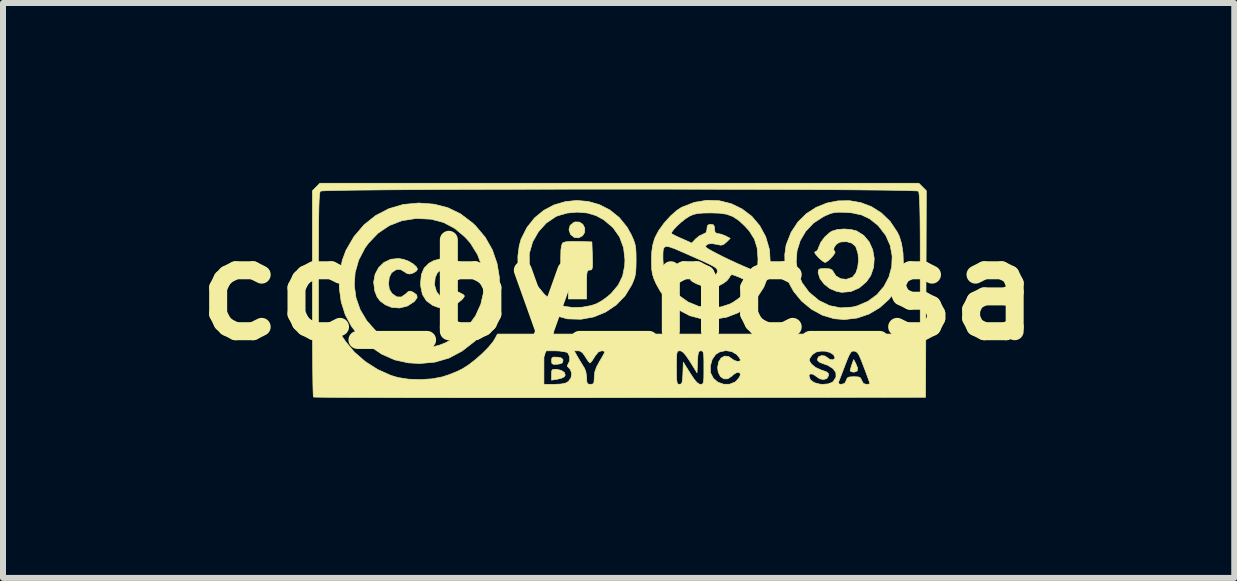
<source format=kicad_pcb>
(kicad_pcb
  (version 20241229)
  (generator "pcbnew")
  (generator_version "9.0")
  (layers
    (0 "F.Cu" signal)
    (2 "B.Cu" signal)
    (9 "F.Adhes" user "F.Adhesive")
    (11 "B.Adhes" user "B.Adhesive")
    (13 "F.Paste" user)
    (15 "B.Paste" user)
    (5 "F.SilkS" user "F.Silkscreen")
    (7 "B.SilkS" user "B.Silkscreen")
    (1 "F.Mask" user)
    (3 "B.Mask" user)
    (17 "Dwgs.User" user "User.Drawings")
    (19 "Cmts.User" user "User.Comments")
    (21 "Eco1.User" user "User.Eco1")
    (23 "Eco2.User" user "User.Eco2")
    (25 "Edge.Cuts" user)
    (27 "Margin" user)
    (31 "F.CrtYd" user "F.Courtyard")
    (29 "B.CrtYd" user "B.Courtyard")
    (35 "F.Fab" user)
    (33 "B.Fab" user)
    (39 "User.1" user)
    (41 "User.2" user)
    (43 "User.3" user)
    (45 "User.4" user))
  (footprint "cc_by_nc_sa"
    (layer "F.Cu")
    (at 7.264 1.783)
    (property "Reference" "cc_by_nc_sa" (at 0 0 0) (layer "F.SilkS") (effects (font (size 1.524 1.524) (thickness 0.3))))
    (attr through_hole)
    (fp_poly (pts (xy 3.952 1.222) (xy 3.985 1.302) (xy 3.978 1.352) (xy 3.931 1.371) (xy 3.924 1.372) (xy 3.877 1.364) (xy 3.861 1.35) (xy 3.869 1.313) (xy 3.887 1.252) (xy 3.89 1.245) (xy 3.919 1.162) (xy 3.952 1.222)) (stroke (width 0.01) (type solid)) (fill yes) (layer "F.SilkS"))
    (fp_poly (pts (xy -1.025 1.326) (xy -0.952 1.344) (xy -0.903 1.379) (xy -0.89 1.421) (xy -0.904 1.448) (xy -0.946 1.47) (xy -1.013 1.488) (xy -1.025 1.49) (xy -1.118 1.505) (xy -1.118 1.411) (xy -1.115 1.35) (xy -1.096 1.326) (xy -1.046 1.324) (xy -1.025 1.326)) (stroke (width 0.01) (type solid)) (fill yes) (layer "F.SilkS"))
    (fp_poly (pts (xy -0.651 -1.13) (xy -0.595 -1.091) (xy -0.564 -1.03) (xy -0.565 -0.961) (xy -0.599 -0.904) (xy -0.666 -0.867) (xy -0.739 -0.874) (xy -0.8 -0.923) (xy -0.803 -0.928) (xy -0.828 -1.004) (xy -0.808 -1.074) (xy -0.75 -1.123) (xy -0.724 -1.133) (xy -0.651 -1.13)) (stroke (width 0.01) (type solid)) (fill yes) (layer "F.SilkS"))
    (fp_poly (pts (xy -1.031 1.122) (xy -1.022 1.122) (xy -0.958 1.134) (xy -0.93 1.158) (xy -0.927 1.181) (xy -0.938 1.217) (xy -0.979 1.234) (xy -1.022 1.24) (xy -1.085 1.242) (xy -1.112 1.227) (xy -1.118 1.187) (xy -1.118 1.181) (xy -1.113 1.138) (xy -1.089 1.121) (xy -1.031 1.122)) (stroke (width 0.01) (type solid)) (fill yes) (layer "F.SilkS"))
    (fp_poly (pts (xy -0.669 -0.807) (xy -0.445 -0.8) (xy -0.437 -0.565) (xy -0.434 -0.455) (xy -0.436 -0.386) (xy -0.443 -0.349) (xy -0.458 -0.333) (xy -0.482 -0.33) (xy -0.506 -0.327) (xy -0.521 -0.31) (xy -0.529 -0.271) (xy -0.533 -0.2) (xy -0.533 -0.089) (xy -0.533 0.152) (xy -0.838 0.152) (xy -0.838 -0.089) (xy -0.839 -0.201) (xy -0.842 -0.271) (xy -0.85 -0.31) (xy -0.865 -0.326) (xy -0.891 -0.33) (xy -0.902 -0.33) (xy -0.933 -0.332) (xy -0.951 -0.345) (xy -0.961 -0.379) (xy -0.965 -0.444) (xy -0.965 -0.543) (xy -0.962 -0.665) (xy -0.951 -0.742) (xy -0.932 -0.783) (xy -0.93 -0.785) (xy -0.882 -0.801) (xy -0.789 -0.808) (xy -0.669 -0.807)) (stroke (width 0.01) (type solid)) (fill yes) (layer "F.SilkS"))
    (fp_poly (pts (xy -2.809 -0.514) (xy -2.686 -0.453) (xy -2.646 -0.42) (xy -2.554 -0.335) (xy -2.645 -0.291) (xy -2.707 -0.265) (xy -2.747 -0.263) (xy -2.791 -0.288) (xy -2.811 -0.303) (xy -2.892 -0.339) (xy -2.964 -0.331) (xy -3.022 -0.284) (xy -3.058 -0.205) (xy -3.068 -0.098) (xy -3.064 -0.064) (xy -3.034 0.034) (xy -2.979 0.098) (xy -2.909 0.123) (xy -2.832 0.105) (xy -2.783 0.068) (xy -2.738 0.029) (xy -2.7 0.024) (xy -2.651 0.046) (xy -2.59 0.078) (xy -2.57 0.102) (xy -2.587 0.133) (xy -2.618 0.168) (xy -2.733 0.258) (xy -2.861 0.301) (xy -2.996 0.297) (xy -3.098 0.26) (xy -3.204 0.183) (xy -3.271 0.076) (xy -3.3 -0.064) (xy -3.302 -0.112) (xy -3.288 -0.256) (xy -3.242 -0.364) (xy -3.16 -0.445) (xy -3.083 -0.487) (xy -2.942 -0.525) (xy -2.809 -0.514)) (stroke (width 0.01) (type solid)) (fill yes) (layer "F.SilkS"))
    (fp_poly (pts (xy -3.585 -0.509) (xy -3.498 -0.476) (xy -3.422 -0.43) (xy -3.369 -0.381) (xy -3.353 -0.344) (xy -3.374 -0.312) (xy -3.425 -0.281) (xy -3.427 -0.28) (xy -3.484 -0.264) (xy -3.531 -0.275) (xy -3.575 -0.304) (xy -3.635 -0.339) (xy -3.687 -0.341) (xy -3.715 -0.333) (xy -3.785 -0.286) (xy -3.824 -0.209) (xy -3.835 -0.102) (xy -3.823 -0.011) (xy -3.779 0.059) (xy -3.773 0.065) (xy -3.697 0.117) (xy -3.623 0.119) (xy -3.551 0.069) (xy -3.548 0.066) (xy -3.505 0.026) (xy -3.468 0.021) (xy -3.422 0.041) (xy -3.366 0.084) (xy -3.359 0.13) (xy -3.4 0.187) (xy -3.41 0.197) (xy -3.521 0.269) (xy -3.65 0.302) (xy -3.781 0.293) (xy -3.886 0.251) (xy -3.972 0.189) (xy -4.025 0.122) (xy -4.062 0.029) (xy -4.066 0.015) (xy -4.084 -0.129) (xy -4.06 -0.259) (xy -4.001 -0.371) (xy -3.912 -0.457) (xy -3.8 -0.51) (xy -3.671 -0.523) (xy -3.585 -0.509)) (stroke (width 0.01) (type solid)) (fill yes) (layer "F.SilkS"))
    (fp_poly (pts (xy 3.877 -1.006) (xy 3.97 -0.982) (xy 4.089 -0.906) (xy 4.179 -0.798) (xy 4.237 -0.668) (xy 4.262 -0.524) (xy 4.252 -0.378) (xy 4.204 -0.239) (xy 4.135 -0.138) (xy 4.013 -0.033) (xy 3.873 0.028) (xy 3.723 0.041) (xy 3.639 0.027) (xy 3.525 -0.02) (xy 3.429 -0.095) (xy 3.359 -0.186) (xy 3.328 -0.282) (xy 3.327 -0.298) (xy 3.333 -0.334) (xy 3.359 -0.351) (xy 3.42 -0.355) (xy 3.442 -0.356) (xy 3.521 -0.35) (xy 3.562 -0.33) (xy 3.573 -0.311) (xy 3.625 -0.232) (xy 3.705 -0.185) (xy 3.799 -0.176) (xy 3.891 -0.208) (xy 3.903 -0.215) (xy 3.954 -0.279) (xy 3.987 -0.375) (xy 4 -0.488) (xy 3.992 -0.602) (xy 3.961 -0.704) (xy 3.947 -0.729) (xy 3.89 -0.778) (xy 3.805 -0.803) (xy 3.713 -0.8) (xy 3.679 -0.791) (xy 3.629 -0.758) (xy 3.595 -0.711) (xy 3.585 -0.667) (xy 3.606 -0.64) (xy 3.606 -0.64) (xy 3.608 -0.619) (xy 3.582 -0.578) (xy 3.54 -0.529) (xy 3.494 -0.486) (xy 3.453 -0.46) (xy 3.442 -0.457) (xy 3.409 -0.474) (xy 3.357 -0.517) (xy 3.327 -0.546) (xy 3.278 -0.603) (xy 3.269 -0.631) (xy 3.281 -0.635) (xy 3.316 -0.658) (xy 3.336 -0.708) (xy 3.372 -0.794) (xy 3.439 -0.883) (xy 3.521 -0.956) (xy 3.558 -0.979) (xy 3.646 -1.006) (xy 3.76 -1.015) (xy 3.877 -1.006)) (stroke (width 0.01) (type solid)) (fill yes) (layer "F.SilkS"))
    (fp_poly (pts (xy 4.037 -1.455) (xy 4.217 -1.387) (xy 4.382 -1.282) (xy 4.527 -1.142) (xy 4.646 -0.964) (xy 4.678 -0.9) (xy 4.718 -0.772) (xy 4.742 -0.615) (xy 4.748 -0.45) (xy 4.735 -0.295) (xy 4.717 -0.212) (xy 4.633 -0.015) (xy 4.51 0.156) (xy 4.355 0.296) (xy 4.175 0.403) (xy 3.976 0.47) (xy 3.765 0.495) (xy 3.596 0.481) (xy 3.401 0.424) (xy 3.216 0.323) (xy 3.052 0.188) (xy 2.918 0.025) (xy 2.851 -0.096) (xy 2.802 -0.244) (xy 2.775 -0.415) (xy 2.773 -0.47) (xy 2.961 -0.47) (xy 2.988 -0.292) (xy 3.058 -0.121) (xy 3.172 0.035) (xy 3.183 0.046) (xy 3.342 0.178) (xy 3.517 0.263) (xy 3.703 0.3) (xy 3.896 0.287) (xy 3.978 0.267) (xy 4.159 0.19) (xy 4.309 0.079) (xy 4.426 -0.059) (xy 4.508 -0.217) (xy 4.554 -0.387) (xy 4.561 -0.564) (xy 4.529 -0.74) (xy 4.455 -0.907) (xy 4.338 -1.06) (xy 4.314 -1.084) (xy 4.186 -1.185) (xy 4.049 -1.25) (xy 3.889 -1.284) (xy 3.789 -1.292) (xy 3.68 -1.295) (xy 3.601 -1.29) (xy 3.533 -1.273) (xy 3.457 -1.241) (xy 3.415 -1.221) (xy 3.25 -1.114) (xy 3.121 -0.978) (xy 3.028 -0.82) (xy 2.975 -0.649) (xy 2.961 -0.47) (xy 2.773 -0.47) (xy 2.771 -0.589) (xy 2.792 -0.742) (xy 2.796 -0.755) (xy 2.876 -0.959) (xy 2.989 -1.131) (xy 3.13 -1.27) (xy 3.293 -1.375) (xy 3.471 -1.447) (xy 3.658 -1.484) (xy 3.849 -1.487) (xy 4.037 -1.455)) (stroke (width 0.01) (type solid)) (fill yes) (layer "F.SilkS"))
    (fp_poly (pts (xy -0.506 -1.474) (xy -0.32 -1.421) (xy -0.146 -1.332) (xy 0.011 -1.206) (xy 0.143 -1.043) (xy 0.211 -0.92) (xy 0.249 -0.836) (xy 0.273 -0.765) (xy 0.286 -0.692) (xy 0.291 -0.599) (xy 0.292 -0.495) (xy 0.29 -0.371) (xy 0.284 -0.281) (xy 0.269 -0.208) (xy 0.242 -0.136) (xy 0.219 -0.083) (xy 0.108 0.099) (xy -0.039 0.251) (xy -0.216 0.37) (xy -0.413 0.451) (xy -0.626 0.49) (xy -0.844 0.484) (xy -0.856 0.483) (xy -1.043 0.431) (xy -1.221 0.336) (xy -1.381 0.206) (xy -1.516 0.05) (xy -1.614 -0.126) (xy -1.653 -0.237) (xy -1.678 -0.391) (xy -1.679 -0.564) (xy -1.676 -0.587) (xy -1.49 -0.587) (xy -1.487 -0.406) (xy -1.44 -0.229) (xy -1.353 -0.065) (xy -1.234 0.079) (xy -1.088 0.193) (xy -0.922 0.269) (xy -0.902 0.275) (xy -0.764 0.294) (xy -0.607 0.289) (xy -0.454 0.261) (xy -0.367 0.231) (xy -0.278 0.181) (xy -0.182 0.111) (xy -0.122 0.058) (xy -0.006 -0.08) (xy 0.067 -0.229) (xy 0.101 -0.4) (xy 0.106 -0.5) (xy 0.083 -0.702) (xy 0.016 -0.883) (xy -0.095 -1.04) (xy -0.247 -1.168) (xy -0.375 -1.238) (xy -0.522 -1.282) (xy -0.69 -1.296) (xy -0.861 -1.28) (xy -1.016 -1.235) (xy -1.049 -1.22) (xy -1.207 -1.113) (xy -1.337 -0.969) (xy -1.433 -0.8) (xy -1.486 -0.616) (xy -1.49 -0.587) (xy -1.676 -0.587) (xy -1.657 -0.733) (xy -1.626 -0.845) (xy -1.528 -1.04) (xy -1.4 -1.201) (xy -1.247 -1.326) (xy -1.075 -1.417) (xy -0.89 -1.471) (xy -0.698 -1.491) (xy -0.506 -1.474)) (stroke (width 0.01) (type solid)) (fill yes) (layer "F.SilkS"))
    (fp_poly (pts (xy -3.077 -1.429) (xy -2.847 -1.37) (xy -2.637 -1.268) (xy -2.442 -1.121) (xy -2.385 -1.068) (xy -2.224 -0.877) (xy -2.104 -0.665) (xy -2.026 -0.438) (xy -1.987 -0.203) (xy -1.99 0.034) (xy -2.034 0.265) (xy -2.118 0.486) (xy -2.244 0.688) (xy -2.397 0.855) (xy -2.609 1.02) (xy -2.829 1.137) (xy -3.062 1.205) (xy -3.312 1.228) (xy -3.507 1.217) (xy -3.731 1.168) (xy -3.949 1.072) (xy -4.153 0.934) (xy -4.336 0.759) (xy -4.451 0.612) (xy -4.556 0.419) (xy -4.625 0.201) (xy -4.657 -0.031) (xy -4.656 -0.075) (xy -4.407 -0.075) (xy -4.378 0.133) (xy -4.308 0.332) (xy -4.199 0.515) (xy -4.053 0.679) (xy -3.872 0.815) (xy -3.659 0.92) (xy -3.58 0.943) (xy -3.485 0.956) (xy -3.36 0.959) (xy -3.289 0.958) (xy -3.163 0.953) (xy -3.071 0.943) (xy -2.994 0.924) (xy -2.915 0.894) (xy -2.867 0.872) (xy -2.67 0.754) (xy -2.509 0.605) (xy -2.384 0.431) (xy -2.297 0.238) (xy -2.25 0.034) (xy -2.242 -0.177) (xy -2.276 -0.386) (xy -2.352 -0.589) (xy -2.471 -0.78) (xy -2.559 -0.879) (xy -2.731 -1.024) (xy -2.917 -1.123) (xy -3.124 -1.178) (xy -3.355 -1.19) (xy -3.385 -1.189) (xy -3.615 -1.153) (xy -3.825 -1.071) (xy -4.012 -0.944) (xy -4.174 -0.774) (xy -4.229 -0.698) (xy -4.334 -0.496) (xy -4.393 -0.287) (xy -4.407 -0.075) (xy -4.656 -0.075) (xy -4.651 -0.267) (xy -4.607 -0.494) (xy -4.546 -0.658) (xy -4.412 -0.888) (xy -4.246 -1.083) (xy -4.051 -1.239) (xy -3.831 -1.353) (xy -3.591 -1.424) (xy -3.336 -1.448) (xy -3.077 -1.429)) (stroke (width 0.01) (type solid)) (fill yes) (layer "F.SilkS"))
    (fp_poly (pts (xy 1.68 -1.486) (xy 1.878 -1.437) (xy 2.059 -1.349) (xy 2.22 -1.227) (xy 2.352 -1.072) (xy 2.452 -0.888) (xy 2.514 -0.677) (xy 2.517 -0.659) (xy 2.529 -0.439) (xy 2.495 -0.232) (xy 2.42 -0.042) (xy 2.309 0.127) (xy 2.166 0.269) (xy 1.997 0.38) (xy 1.804 0.455) (xy 1.594 0.49) (xy 1.381 0.482) (xy 1.185 0.43) (xy 1.001 0.333) (xy 0.837 0.199) (xy 0.701 0.033) (xy 0.626 -0.1) (xy 0.587 -0.189) (xy 0.564 -0.264) (xy 0.552 -0.345) (xy 0.549 -0.451) (xy 0.549 -0.495) (xy 0.549 -0.521) (xy 0.739 -0.521) (xy 0.748 -0.359) (xy 0.782 -0.224) (xy 0.849 -0.094) (xy 0.871 -0.061) (xy 1.001 0.09) (xy 1.158 0.202) (xy 1.333 0.274) (xy 1.519 0.302) (xy 1.708 0.284) (xy 1.858 0.235) (xy 1.924 0.198) (xy 2.003 0.142) (xy 2.084 0.076) (xy 2.157 0.01) (xy 2.211 -0.048) (xy 2.235 -0.087) (xy 2.235 -0.091) (xy 2.214 -0.109) (xy 2.159 -0.141) (xy 2.086 -0.177) (xy 2.007 -0.213) (xy 1.938 -0.24) (xy 1.892 -0.254) (xy 1.887 -0.254) (xy 1.862 -0.234) (xy 1.841 -0.197) (xy 1.804 -0.151) (xy 1.738 -0.104) (xy 1.709 -0.089) (xy 1.641 -0.051) (xy 1.609 -0.012) (xy 1.601 0.034) (xy 1.594 0.085) (xy 1.565 0.099) (xy 1.543 0.097) (xy 1.495 0.071) (xy 1.478 0.023) (xy 1.461 -0.027) (xy 1.413 -0.059) (xy 1.376 -0.072) (xy 1.3 -0.101) (xy 1.237 -0.134) (xy 1.231 -0.138) (xy 1.2 -0.164) (xy 1.2 -0.188) (xy 1.232 -0.226) (xy 1.248 -0.242) (xy 1.294 -0.285) (xy 1.329 -0.295) (xy 1.378 -0.277) (xy 1.395 -0.268) (xy 1.475 -0.24) (xy 1.556 -0.233) (xy 1.557 -0.233) (xy 1.617 -0.248) (xy 1.642 -0.283) (xy 1.646 -0.306) (xy 1.646 -0.329) (xy 1.636 -0.351) (xy 1.61 -0.375) (xy 1.561 -0.404) (xy 1.485 -0.442) (xy 1.375 -0.493) (xy 1.224 -0.56) (xy 1.214 -0.564) (xy 1.054 -0.635) (xy 0.935 -0.686) (xy 0.85 -0.716) (xy 0.795 -0.725) (xy 0.762 -0.711) (xy 0.745 -0.676) (xy 0.74 -0.617) (xy 0.739 -0.536) (xy 0.739 -0.521) (xy 0.549 -0.521) (xy 0.553 -0.634) (xy 0.568 -0.743) (xy 0.596 -0.841) (xy 0.607 -0.871) (xy 0.642 -0.938) (xy 0.883 -0.938) (xy 0.914 -0.92) (xy 0.978 -0.888) (xy 1.061 -0.851) (xy 1.22 -0.78) (xy 1.281 -0.846) (xy 1.342 -0.897) (xy 1.406 -0.928) (xy 1.408 -0.929) (xy 1.457 -0.953) (xy 1.473 -1.004) (xy 1.473 -1.019) (xy 1.481 -1.072) (xy 1.512 -1.091) (xy 1.537 -1.092) (xy 1.582 -1.084) (xy 1.599 -1.049) (xy 1.6 -1.016) (xy 1.608 -0.96) (xy 1.638 -0.941) (xy 1.652 -0.94) (xy 1.711 -0.928) (xy 1.78 -0.901) (xy 1.783 -0.899) (xy 1.861 -0.859) (xy 1.798 -0.796) (xy 1.749 -0.755) (xy 1.703 -0.745) (xy 1.643 -0.758) (xy 1.553 -0.772) (xy 1.487 -0.764) (xy 1.454 -0.736) (xy 1.453 -0.715) (xy 1.477 -0.694) (xy 1.539 -0.657) (xy 1.63 -0.609) (xy 1.739 -0.553) (xy 1.86 -0.495) (xy 1.981 -0.439) (xy 2.095 -0.389) (xy 2.192 -0.348) (xy 2.263 -0.322) (xy 2.299 -0.315) (xy 2.299 -0.315) (xy 2.311 -0.342) (xy 2.32 -0.408) (xy 2.324 -0.501) (xy 2.324 -0.523) (xy 2.31 -0.7) (xy 2.264 -0.847) (xy 2.18 -0.981) (xy 2.102 -1.067) (xy 2 -1.161) (xy 1.905 -1.223) (xy 1.802 -1.261) (xy 1.677 -1.279) (xy 1.537 -1.283) (xy 1.41 -1.281) (xy 1.32 -1.274) (xy 1.253 -1.259) (xy 1.195 -1.235) (xy 1.181 -1.228) (xy 1.114 -1.185) (xy 1.042 -1.128) (xy 0.973 -1.065) (xy 0.918 -1.006) (xy 0.885 -0.96) (xy 0.883 -0.938) (xy 0.642 -0.938) (xy 0.669 -0.989) (xy 0.76 -1.115) (xy 0.867 -1.233) (xy 0.977 -1.329) (xy 1.052 -1.377) (xy 1.262 -1.459) (xy 1.473 -1.494) (xy 1.68 -1.486)) (stroke (width 0.01) (type solid)) (fill yes) (layer "F.SilkS"))
    (fp_poly (pts (xy 5.131 -1.653) (xy 5.125 0.069) (xy 5.118 1.791) (xy 0.023 1.797) (xy -0.482 1.798) (xy -0.973 1.798) (xy -1.449 1.798) (xy -1.906 1.798) (xy -2.343 1.798) (xy -2.756 1.798) (xy -3.143 1.797) (xy -3.503 1.797) (xy -3.832 1.796) (xy -4.129 1.795) (xy -4.39 1.794) (xy -4.613 1.793) (xy -4.797 1.792) (xy -4.938 1.79) (xy -5.034 1.789) (xy -5.083 1.787) (xy -5.088 1.787) (xy -5.091 1.759) (xy -5.094 1.685) (xy -5.097 1.568) (xy -5.099 1.413) (xy -5.101 1.224) (xy -5.103 1.006) (xy -5.104 0.761) (xy -5.105 0.496) (xy -5.105 0.213) (xy -5.105 0.058) (xy -5.105 -0.439) (xy -5.004 -0.439) (xy -5.004 0.737) (xy -4.82 0.737) (xy -4.636 0.738) (xy -4.549 0.865) (xy -4.404 1.039) (xy -4.222 1.197) (xy -4.016 1.328) (xy -3.797 1.426) (xy -3.677 1.462) (xy -3.503 1.489) (xy -3.305 1.496) (xy -3.108 1.483) (xy -2.935 1.45) (xy -2.933 1.449) (xy -2.815 1.41) (xy -2.69 1.359) (xy -2.606 1.318) (xy -2.502 1.252) (xy -2.387 1.163) (xy -2.274 1.063) (xy -2.227 1.016) (xy -1.245 1.016) (xy -1.245 1.575) (xy -1.07 1.575) (xy -0.959 1.57) (xy -0.886 1.555) (xy -0.838 1.529) (xy -0.794 1.467) (xy -0.782 1.393) (xy -0.805 1.327) (xy -0.827 1.304) (xy -0.857 1.271) (xy -0.844 1.24) (xy -0.843 1.239) (xy -0.816 1.183) (xy -0.817 1.115) (xy -0.843 1.057) (xy -0.862 1.042) (xy -0.912 1.029) (xy -0.994 1.019) (xy -1.078 1.016) (xy -0.741 1.016) (xy -0.672 1.137) (xy -0.625 1.215) (xy -0.584 1.282) (xy -0.568 1.307) (xy -0.546 1.364) (xy -0.534 1.444) (xy -0.533 1.466) (xy -0.53 1.534) (xy -0.516 1.566) (xy -0.482 1.575) (xy -0.47 1.575) (xy -0.431 1.57) (xy -0.412 1.548) (xy -0.407 1.493) (xy -0.406 1.457) (xy -0.397 1.369) (xy -0.371 1.295) (xy 0.965 1.295) (xy 0.966 1.418) (xy 0.969 1.498) (xy 0.975 1.545) (xy 0.988 1.568) (xy 1.007 1.575) (xy 1.015 1.575) (xy 1.041 1.569) (xy 1.057 1.546) (xy 1.066 1.494) (xy 1.072 1.403) (xy 1.072 1.391) (xy 1.079 1.206) (xy 1.194 1.39) (xy 1.258 1.487) (xy 1.306 1.545) (xy 1.346 1.571) (xy 1.365 1.575) (xy 1.39 1.573) (xy 1.407 1.56) (xy 1.416 1.529) (xy 1.421 1.471) (xy 1.422 1.375) (xy 1.422 1.295) (xy 1.422 1.268) (xy 1.53 1.268) (xy 1.533 1.377) (xy 1.535 1.386) (xy 1.581 1.476) (xy 1.657 1.54) (xy 1.752 1.573) (xy 1.852 1.573) (xy 1.942 1.536) (xy 1.97 1.512) (xy 2.012 1.459) (xy 2.023 1.435) (xy 3.175 1.435) (xy 3.198 1.5) (xy 3.262 1.547) (xy 3.357 1.572) (xy 3.404 1.575) (xy 3.5 1.567) (xy 3.507 1.564) (xy 3.667 1.564) (xy 3.701 1.574) (xy 3.716 1.575) (xy 3.77 1.559) (xy 3.795 1.511) (xy 3.811 1.471) (xy 3.844 1.453) (xy 3.91 1.448) (xy 3.924 1.448) (xy 3.996 1.451) (xy 4.033 1.467) (xy 4.051 1.503) (xy 4.054 1.511) (xy 4.083 1.562) (xy 4.13 1.575) (xy 4.177 1.571) (xy 4.191 1.566) (xy 4.183 1.54) (xy 4.16 1.476) (xy 4.127 1.385) (xy 4.092 1.293) (xy 4.047 1.175) (xy 4.013 1.097) (xy 3.985 1.051) (xy 3.958 1.029) (xy 3.931 1.021) (xy 3.901 1.021) (xy 3.876 1.037) (xy 3.851 1.075) (xy 3.819 1.145) (xy 3.778 1.25) (xy 3.738 1.355) (xy 3.703 1.447) (xy 3.678 1.511) (xy 3.67 1.53) (xy 3.667 1.564) (xy 3.507 1.564) (xy 3.563 1.54) (xy 3.581 1.524) (xy 3.625 1.453) (xy 3.623 1.38) (xy 3.577 1.314) (xy 3.491 1.259) (xy 3.429 1.237) (xy 3.354 1.209) (xy 3.319 1.178) (xy 3.315 1.155) (xy 3.335 1.115) (xy 3.383 1.096) (xy 3.439 1.102) (xy 3.479 1.129) (xy 3.523 1.16) (xy 3.571 1.166) (xy 3.603 1.147) (xy 3.607 1.131) (xy 3.584 1.082) (xy 3.524 1.043) (xy 3.44 1.022) (xy 3.376 1.021) (xy 3.292 1.037) (xy 3.235 1.077) (xy 3.217 1.099) (xy 3.184 1.148) (xy 3.18 1.181) (xy 3.207 1.224) (xy 3.215 1.236) (xy 3.281 1.292) (xy 3.378 1.336) (xy 3.387 1.339) (xy 3.46 1.364) (xy 3.495 1.389) (xy 3.501 1.422) (xy 3.5 1.43) (xy 3.473 1.477) (xy 3.419 1.495) (xy 3.354 1.483) (xy 3.304 1.449) (xy 3.248 1.409) (xy 3.202 1.399) (xy 3.176 1.422) (xy 3.175 1.435) (xy 2.023 1.435) (xy 2.032 1.414) (xy 2.032 1.411) (xy 2.016 1.377) (xy 1.974 1.377) (xy 1.92 1.408) (xy 1.889 1.437) (xy 1.821 1.483) (xy 1.755 1.484) (xy 1.698 1.445) (xy 1.661 1.373) (xy 1.651 1.295) (xy 1.667 1.203) (xy 1.709 1.137) (xy 1.767 1.104) (xy 1.832 1.11) (xy 1.878 1.142) (xy 1.929 1.177) (xy 1.983 1.193) (xy 2.022 1.187) (xy 2.032 1.167) (xy 2.015 1.133) (xy 1.975 1.084) (xy 1.97 1.078) (xy 1.886 1.028) (xy 1.785 1.013) (xy 1.685 1.035) (xy 1.618 1.077) (xy 1.56 1.161) (xy 1.53 1.268) (xy 1.422 1.268) (xy 1.422 1.173) (xy 1.419 1.093) (xy 1.412 1.046) (xy 1.4 1.023) (xy 1.381 1.016) (xy 1.373 1.016) (xy 1.347 1.021) (xy 1.331 1.045) (xy 1.322 1.097) (xy 1.316 1.188) (xy 1.316 1.2) (xy 1.308 1.384) (xy 1.194 1.2) (xy 1.13 1.104) (xy 1.081 1.046) (xy 1.042 1.019) (xy 1.022 1.016) (xy 0.997 1.018) (xy 0.981 1.03) (xy 0.971 1.061) (xy 0.967 1.12) (xy 0.965 1.216) (xy 0.965 1.295) (xy -0.371 1.295) (xy -0.365 1.28) (xy -0.318 1.194) (xy -0.273 1.118) (xy -0.241 1.059) (xy -0.229 1.032) (xy -0.25 1.02) (xy -0.286 1.016) (xy -0.338 1.036) (xy -0.39 1.1) (xy -0.401 1.118) (xy -0.439 1.178) (xy -0.469 1.214) (xy -0.477 1.219) (xy -0.499 1.199) (xy -0.535 1.148) (xy -0.553 1.117) (xy -0.601 1.049) (xy -0.647 1.019) (xy -0.676 1.016) (xy -0.741 1.016) (xy -1.078 1.016) (xy -1.245 1.016) (xy -2.227 1.016) (xy -2.173 0.961) (xy -2.097 0.87) (xy -2.069 0.827) (xy -2.02 0.737) (xy 5.029 0.737) (xy 5.029 -0.439) (xy 5.029 -0.734) (xy 5.028 -0.982) (xy 5.026 -1.185) (xy 5.023 -1.346) (xy 5.019 -1.47) (xy 5.014 -1.558) (xy 5.008 -1.615) (xy 5.001 -1.643) (xy 4.999 -1.646) (xy 4.97 -1.65) (xy 4.893 -1.653) (xy 4.772 -1.657) (xy 4.609 -1.66) (xy 4.406 -1.663) (xy 4.168 -1.665) (xy 3.897 -1.668) (xy 3.596 -1.67) (xy 3.268 -1.672) (xy 2.916 -1.674) (xy 2.544 -1.675) (xy 2.153 -1.676) (xy 1.747 -1.677) (xy 1.329 -1.678) (xy 0.902 -1.679) (xy 0.469 -1.679) (xy 0.032 -1.679) (xy -0.404 -1.679) (xy -0.838 -1.679) (xy -1.265 -1.678) (xy -1.684 -1.677) (xy -2.091 -1.676) (xy -2.484 -1.675) (xy -2.858 -1.674) (xy -3.212 -1.672) (xy -3.543 -1.67) (xy -3.846 -1.668) (xy -4.12 -1.665) (xy -4.361 -1.663) (xy -4.567 -1.66) (xy -4.733 -1.657) (xy -4.859 -1.654) (xy -4.94 -1.65) (xy -4.973 -1.646) (xy -4.973 -1.646) (xy -4.981 -1.625) (xy -4.987 -1.576) (xy -4.993 -1.496) (xy -4.997 -1.382) (xy -5 -1.231) (xy -5.002 -1.039) (xy -5.003 -0.804) (xy -5.004 -0.522) (xy -5.004 -0.439) (xy -5.105 -0.439) (xy -5.105 -1.653) (xy -4.981 -1.778) (xy 5.006 -1.778) (xy 5.131 -1.653)) (stroke (width 0.01) (type solid)) (fill yes) (layer "F.SilkS")))
  (gr_rect
    (start -3 -3)
    (end 17.529 6.586)
    (stroke (width 0.1) (type default))
    (fill no)
    (layer "Edge.Cuts")))
</source>
